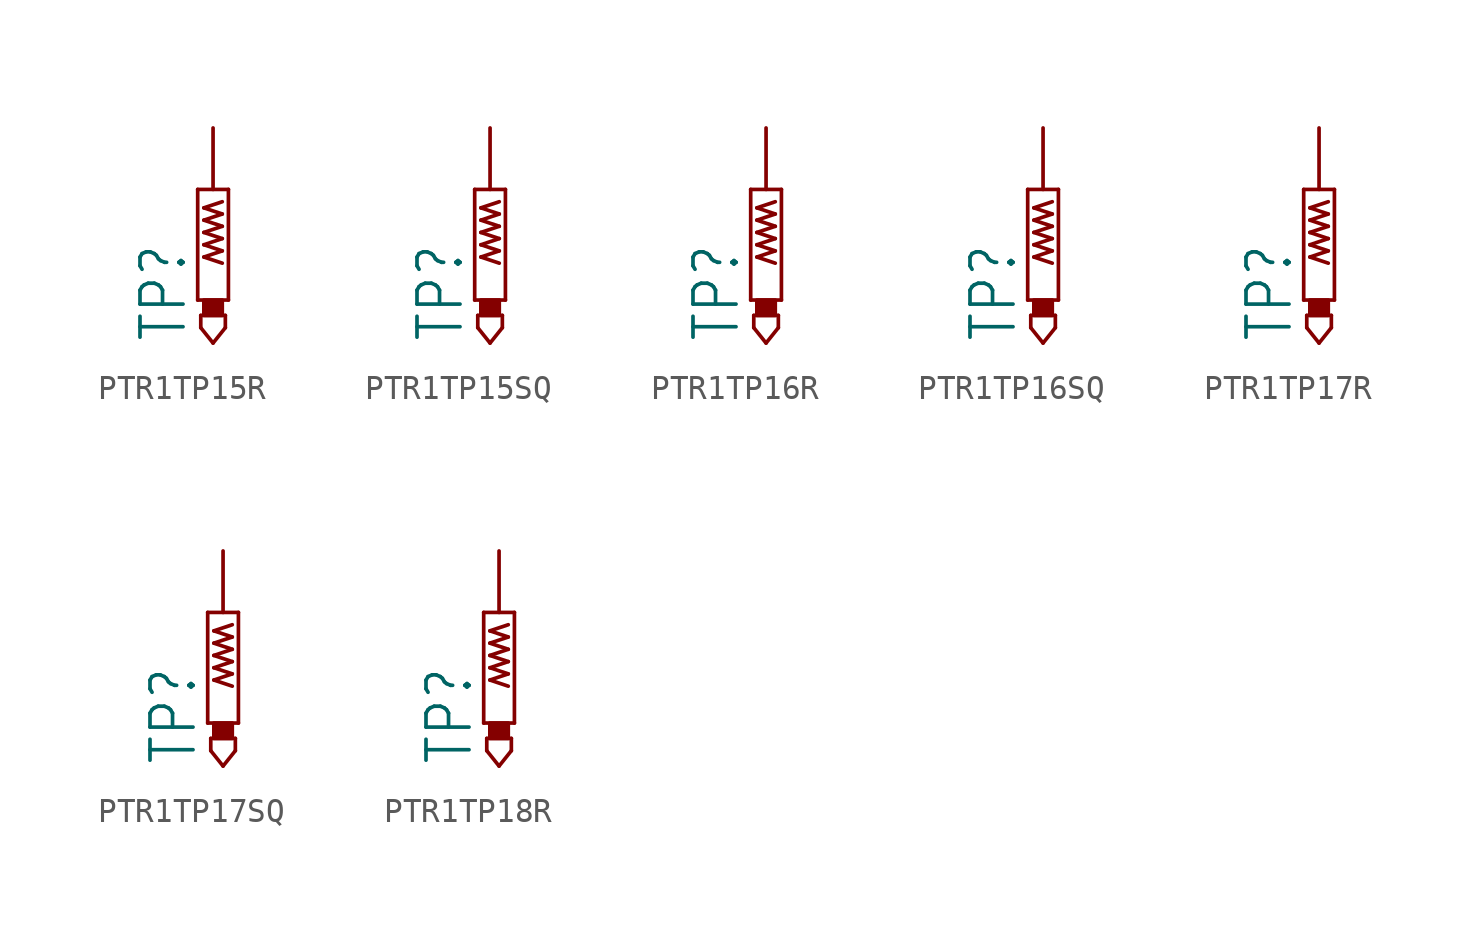
<source format=kicad_sym>
(kicad_symbol_lib
  (version 20231120)
  (generator "kicad_symbol_editor")
  (generator_version "8.0")
  (symbol "PTR1TP15R"
    (property "Reference" "TP"
      (at -1.016 -6.35 90)
      (effects (font (size 1.778 1.511)) (justify left bottom)))
    (property "ki_locked" ""
      (at 0 0 0)
      (effects (font (size 1.27 1.27))))
    (symbol "PTR1TP15R_1_0"
      (rectangle (start -0.381 -5.207) (end 0.381 -4.572) (stroke (width 0) (type default)) (fill (type outline)))
      (polyline (pts (xy -0.635 0) (xy -0.635 -4.572)) (stroke (width 0.152) (type solid)) (fill (type none)))
      (polyline (pts (xy -0.508 -5.715) (xy 0 -6.35)) (stroke (width 0.152) (type solid)) (fill (type none)))
      (polyline (pts (xy -0.508 -5.207) (xy -0.508 -5.715)) (stroke (width 0.152) (type solid)) (fill (type none)))
      (polyline (pts (xy -0.381 -2.794) (xy 0.381 -2.54)) (stroke (width 0.152) (type solid)) (fill (type none)))
      (polyline (pts (xy -0.381 -2.286) (xy 0.381 -2.032)) (stroke (width 0.152) (type solid)) (fill (type none)))
      (polyline (pts (xy -0.381 -1.778) (xy 0.381 -1.524)) (stroke (width 0.152) (type solid)) (fill (type none)))
      (polyline (pts (xy -0.381 -1.27) (xy 0.381 -1.016)) (stroke (width 0.152) (type solid)) (fill (type none)))
      (polyline (pts (xy -0.381 -0.762) (xy 0.381 -0.508)) (stroke (width 0.152) (type solid)) (fill (type none)))
      (polyline (pts (xy 0 -6.35) (xy 0.508 -5.715)) (stroke (width 0.152) (type solid)) (fill (type none)))
      (polyline (pts (xy 0.381 -3.048) (xy -0.381 -2.794)) (stroke (width 0.152) (type solid)) (fill (type none)))
      (polyline (pts (xy 0.381 -2.54) (xy -0.381 -2.286)) (stroke (width 0.152) (type solid)) (fill (type none)))
      (polyline (pts (xy 0.381 -2.032) (xy -0.381 -1.778)) (stroke (width 0.152) (type solid)) (fill (type none)))
      (polyline (pts (xy 0.381 -1.524) (xy -0.381 -1.27)) (stroke (width 0.152) (type solid)) (fill (type none)))
      (polyline (pts (xy 0.381 -1.016) (xy -0.381 -0.762)) (stroke (width 0.152) (type solid)) (fill (type none)))
      (polyline (pts (xy 0.508 -5.715) (xy 0.508 -5.207)) (stroke (width 0.152) (type solid)) (fill (type none)))
      (polyline (pts (xy 0.508 -5.207) (xy -0.508 -5.207)) (stroke (width 0.152) (type solid)) (fill (type none)))
      (polyline (pts (xy 0.635 -4.572) (xy -0.635 -4.572)) (stroke (width 0.152) (type solid)) (fill (type none)))
      (polyline (pts (xy 0.635 -4.572) (xy 0.635 0)) (stroke (width 0.152) (type solid)) (fill (type none)))
      (polyline (pts (xy 0.635 0) (xy -0.635 0)) (stroke (width 0.152) (type solid)) (fill (type none)))
      (pin input line (at 0 2.54 270) (length 2.54) (name "TP" (effects (font (size 0 0)))) (number "TP" (effects (font (size 0 0)))))))
  (symbol "PTR1TP15SQ"
    (property "Reference" "TP"
      (at -1.016 -6.35 90)
      (effects (font (size 1.778 1.511)) (justify left bottom)))
    (property "ki_locked" ""
      (at 0 0 0)
      (effects (font (size 1.27 1.27))))
    (symbol "PTR1TP15SQ_1_0"
      (rectangle (start -0.381 -5.207) (end 0.381 -4.572) (stroke (width 0) (type default)) (fill (type outline)))
      (polyline (pts (xy -0.635 0) (xy -0.635 -4.572)) (stroke (width 0.152) (type solid)) (fill (type none)))
      (polyline (pts (xy -0.508 -5.715) (xy 0 -6.35)) (stroke (width 0.152) (type solid)) (fill (type none)))
      (polyline (pts (xy -0.508 -5.207) (xy -0.508 -5.715)) (stroke (width 0.152) (type solid)) (fill (type none)))
      (polyline (pts (xy -0.381 -2.794) (xy 0.381 -2.54)) (stroke (width 0.152) (type solid)) (fill (type none)))
      (polyline (pts (xy -0.381 -2.286) (xy 0.381 -2.032)) (stroke (width 0.152) (type solid)) (fill (type none)))
      (polyline (pts (xy -0.381 -1.778) (xy 0.381 -1.524)) (stroke (width 0.152) (type solid)) (fill (type none)))
      (polyline (pts (xy -0.381 -1.27) (xy 0.381 -1.016)) (stroke (width 0.152) (type solid)) (fill (type none)))
      (polyline (pts (xy -0.381 -0.762) (xy 0.381 -0.508)) (stroke (width 0.152) (type solid)) (fill (type none)))
      (polyline (pts (xy 0 -6.35) (xy 0.508 -5.715)) (stroke (width 0.152) (type solid)) (fill (type none)))
      (polyline (pts (xy 0.381 -3.048) (xy -0.381 -2.794)) (stroke (width 0.152) (type solid)) (fill (type none)))
      (polyline (pts (xy 0.381 -2.54) (xy -0.381 -2.286)) (stroke (width 0.152) (type solid)) (fill (type none)))
      (polyline (pts (xy 0.381 -2.032) (xy -0.381 -1.778)) (stroke (width 0.152) (type solid)) (fill (type none)))
      (polyline (pts (xy 0.381 -1.524) (xy -0.381 -1.27)) (stroke (width 0.152) (type solid)) (fill (type none)))
      (polyline (pts (xy 0.381 -1.016) (xy -0.381 -0.762)) (stroke (width 0.152) (type solid)) (fill (type none)))
      (polyline (pts (xy 0.508 -5.715) (xy 0.508 -5.207)) (stroke (width 0.152) (type solid)) (fill (type none)))
      (polyline (pts (xy 0.508 -5.207) (xy -0.508 -5.207)) (stroke (width 0.152) (type solid)) (fill (type none)))
      (polyline (pts (xy 0.635 -4.572) (xy -0.635 -4.572)) (stroke (width 0.152) (type solid)) (fill (type none)))
      (polyline (pts (xy 0.635 -4.572) (xy 0.635 0)) (stroke (width 0.152) (type solid)) (fill (type none)))
      (polyline (pts (xy 0.635 0) (xy -0.635 0)) (stroke (width 0.152) (type solid)) (fill (type none)))
      (pin input line (at 0 2.54 270) (length 2.54) (name "TP" (effects (font (size 0 0)))) (number "TP" (effects (font (size 0 0)))))))
  (symbol "PTR1TP16R"
    (property "Reference" "TP"
      (at -1.016 -6.35 90)
      (effects (font (size 1.778 1.511)) (justify left bottom)))
    (property "ki_locked" ""
      (at 0 0 0)
      (effects (font (size 1.27 1.27))))
    (symbol "PTR1TP16R_1_0"
      (rectangle (start -0.381 -5.207) (end 0.381 -4.572) (stroke (width 0) (type default)) (fill (type outline)))
      (polyline (pts (xy -0.635 0) (xy -0.635 -4.572)) (stroke (width 0.152) (type solid)) (fill (type none)))
      (polyline (pts (xy -0.508 -5.715) (xy 0 -6.35)) (stroke (width 0.152) (type solid)) (fill (type none)))
      (polyline (pts (xy -0.508 -5.207) (xy -0.508 -5.715)) (stroke (width 0.152) (type solid)) (fill (type none)))
      (polyline (pts (xy -0.381 -2.794) (xy 0.381 -2.54)) (stroke (width 0.152) (type solid)) (fill (type none)))
      (polyline (pts (xy -0.381 -2.286) (xy 0.381 -2.032)) (stroke (width 0.152) (type solid)) (fill (type none)))
      (polyline (pts (xy -0.381 -1.778) (xy 0.381 -1.524)) (stroke (width 0.152) (type solid)) (fill (type none)))
      (polyline (pts (xy -0.381 -1.27) (xy 0.381 -1.016)) (stroke (width 0.152) (type solid)) (fill (type none)))
      (polyline (pts (xy -0.381 -0.762) (xy 0.381 -0.508)) (stroke (width 0.152) (type solid)) (fill (type none)))
      (polyline (pts (xy 0 -6.35) (xy 0.508 -5.715)) (stroke (width 0.152) (type solid)) (fill (type none)))
      (polyline (pts (xy 0.381 -3.048) (xy -0.381 -2.794)) (stroke (width 0.152) (type solid)) (fill (type none)))
      (polyline (pts (xy 0.381 -2.54) (xy -0.381 -2.286)) (stroke (width 0.152) (type solid)) (fill (type none)))
      (polyline (pts (xy 0.381 -2.032) (xy -0.381 -1.778)) (stroke (width 0.152) (type solid)) (fill (type none)))
      (polyline (pts (xy 0.381 -1.524) (xy -0.381 -1.27)) (stroke (width 0.152) (type solid)) (fill (type none)))
      (polyline (pts (xy 0.381 -1.016) (xy -0.381 -0.762)) (stroke (width 0.152) (type solid)) (fill (type none)))
      (polyline (pts (xy 0.508 -5.715) (xy 0.508 -5.207)) (stroke (width 0.152) (type solid)) (fill (type none)))
      (polyline (pts (xy 0.508 -5.207) (xy -0.508 -5.207)) (stroke (width 0.152) (type solid)) (fill (type none)))
      (polyline (pts (xy 0.635 -4.572) (xy -0.635 -4.572)) (stroke (width 0.152) (type solid)) (fill (type none)))
      (polyline (pts (xy 0.635 -4.572) (xy 0.635 0)) (stroke (width 0.152) (type solid)) (fill (type none)))
      (polyline (pts (xy 0.635 0) (xy -0.635 0)) (stroke (width 0.152) (type solid)) (fill (type none)))
      (pin input line (at 0 2.54 270) (length 2.54) (name "TP" (effects (font (size 0 0)))) (number "TP" (effects (font (size 0 0)))))))
  (symbol "PTR1TP16SQ"
    (property "Reference" "TP"
      (at -1.016 -6.35 90)
      (effects (font (size 1.778 1.511)) (justify left bottom)))
    (property "ki_locked" ""
      (at 0 0 0)
      (effects (font (size 1.27 1.27))))
    (symbol "PTR1TP16SQ_1_0"
      (rectangle (start -0.381 -5.207) (end 0.381 -4.572) (stroke (width 0) (type default)) (fill (type outline)))
      (polyline (pts (xy -0.635 0) (xy -0.635 -4.572)) (stroke (width 0.152) (type solid)) (fill (type none)))
      (polyline (pts (xy -0.508 -5.715) (xy 0 -6.35)) (stroke (width 0.152) (type solid)) (fill (type none)))
      (polyline (pts (xy -0.508 -5.207) (xy -0.508 -5.715)) (stroke (width 0.152) (type solid)) (fill (type none)))
      (polyline (pts (xy -0.381 -2.794) (xy 0.381 -2.54)) (stroke (width 0.152) (type solid)) (fill (type none)))
      (polyline (pts (xy -0.381 -2.286) (xy 0.381 -2.032)) (stroke (width 0.152) (type solid)) (fill (type none)))
      (polyline (pts (xy -0.381 -1.778) (xy 0.381 -1.524)) (stroke (width 0.152) (type solid)) (fill (type none)))
      (polyline (pts (xy -0.381 -1.27) (xy 0.381 -1.016)) (stroke (width 0.152) (type solid)) (fill (type none)))
      (polyline (pts (xy -0.381 -0.762) (xy 0.381 -0.508)) (stroke (width 0.152) (type solid)) (fill (type none)))
      (polyline (pts (xy 0 -6.35) (xy 0.508 -5.715)) (stroke (width 0.152) (type solid)) (fill (type none)))
      (polyline (pts (xy 0.381 -3.048) (xy -0.381 -2.794)) (stroke (width 0.152) (type solid)) (fill (type none)))
      (polyline (pts (xy 0.381 -2.54) (xy -0.381 -2.286)) (stroke (width 0.152) (type solid)) (fill (type none)))
      (polyline (pts (xy 0.381 -2.032) (xy -0.381 -1.778)) (stroke (width 0.152) (type solid)) (fill (type none)))
      (polyline (pts (xy 0.381 -1.524) (xy -0.381 -1.27)) (stroke (width 0.152) (type solid)) (fill (type none)))
      (polyline (pts (xy 0.381 -1.016) (xy -0.381 -0.762)) (stroke (width 0.152) (type solid)) (fill (type none)))
      (polyline (pts (xy 0.508 -5.715) (xy 0.508 -5.207)) (stroke (width 0.152) (type solid)) (fill (type none)))
      (polyline (pts (xy 0.508 -5.207) (xy -0.508 -5.207)) (stroke (width 0.152) (type solid)) (fill (type none)))
      (polyline (pts (xy 0.635 -4.572) (xy -0.635 -4.572)) (stroke (width 0.152) (type solid)) (fill (type none)))
      (polyline (pts (xy 0.635 -4.572) (xy 0.635 0)) (stroke (width 0.152) (type solid)) (fill (type none)))
      (polyline (pts (xy 0.635 0) (xy -0.635 0)) (stroke (width 0.152) (type solid)) (fill (type none)))
      (pin input line (at 0 2.54 270) (length 2.54) (name "TP" (effects (font (size 0 0)))) (number "TP" (effects (font (size 0 0)))))))
  (symbol "PTR1TP17R"
    (property "Reference" "TP"
      (at -1.016 -6.35 90)
      (effects (font (size 1.778 1.511)) (justify left bottom)))
    (property "ki_locked" ""
      (at 0 0 0)
      (effects (font (size 1.27 1.27))))
    (symbol "PTR1TP17R_1_0"
      (rectangle (start -0.381 -5.207) (end 0.381 -4.572) (stroke (width 0) (type default)) (fill (type outline)))
      (polyline (pts (xy -0.635 0) (xy -0.635 -4.572)) (stroke (width 0.152) (type solid)) (fill (type none)))
      (polyline (pts (xy -0.508 -5.715) (xy 0 -6.35)) (stroke (width 0.152) (type solid)) (fill (type none)))
      (polyline (pts (xy -0.508 -5.207) (xy -0.508 -5.715)) (stroke (width 0.152) (type solid)) (fill (type none)))
      (polyline (pts (xy -0.381 -2.794) (xy 0.381 -2.54)) (stroke (width 0.152) (type solid)) (fill (type none)))
      (polyline (pts (xy -0.381 -2.286) (xy 0.381 -2.032)) (stroke (width 0.152) (type solid)) (fill (type none)))
      (polyline (pts (xy -0.381 -1.778) (xy 0.381 -1.524)) (stroke (width 0.152) (type solid)) (fill (type none)))
      (polyline (pts (xy -0.381 -1.27) (xy 0.381 -1.016)) (stroke (width 0.152) (type solid)) (fill (type none)))
      (polyline (pts (xy -0.381 -0.762) (xy 0.381 -0.508)) (stroke (width 0.152) (type solid)) (fill (type none)))
      (polyline (pts (xy 0 -6.35) (xy 0.508 -5.715)) (stroke (width 0.152) (type solid)) (fill (type none)))
      (polyline (pts (xy 0.381 -3.048) (xy -0.381 -2.794)) (stroke (width 0.152) (type solid)) (fill (type none)))
      (polyline (pts (xy 0.381 -2.54) (xy -0.381 -2.286)) (stroke (width 0.152) (type solid)) (fill (type none)))
      (polyline (pts (xy 0.381 -2.032) (xy -0.381 -1.778)) (stroke (width 0.152) (type solid)) (fill (type none)))
      (polyline (pts (xy 0.381 -1.524) (xy -0.381 -1.27)) (stroke (width 0.152) (type solid)) (fill (type none)))
      (polyline (pts (xy 0.381 -1.016) (xy -0.381 -0.762)) (stroke (width 0.152) (type solid)) (fill (type none)))
      (polyline (pts (xy 0.508 -5.715) (xy 0.508 -5.207)) (stroke (width 0.152) (type solid)) (fill (type none)))
      (polyline (pts (xy 0.508 -5.207) (xy -0.508 -5.207)) (stroke (width 0.152) (type solid)) (fill (type none)))
      (polyline (pts (xy 0.635 -4.572) (xy -0.635 -4.572)) (stroke (width 0.152) (type solid)) (fill (type none)))
      (polyline (pts (xy 0.635 -4.572) (xy 0.635 0)) (stroke (width 0.152) (type solid)) (fill (type none)))
      (polyline (pts (xy 0.635 0) (xy -0.635 0)) (stroke (width 0.152) (type solid)) (fill (type none)))
      (pin input line (at 0 2.54 270) (length 2.54) (name "TP" (effects (font (size 0 0)))) (number "TP" (effects (font (size 0 0)))))))
  (symbol "PTR1TP17SQ"
    (property "Reference" "TP"
      (at -1.016 -6.35 90)
      (effects (font (size 1.778 1.511)) (justify left bottom)))
    (property "ki_locked" ""
      (at 0 0 0)
      (effects (font (size 1.27 1.27))))
    (symbol "PTR1TP17SQ_1_0"
      (rectangle (start -0.381 -5.207) (end 0.381 -4.572) (stroke (width 0) (type default)) (fill (type outline)))
      (polyline (pts (xy -0.635 0) (xy -0.635 -4.572)) (stroke (width 0.152) (type solid)) (fill (type none)))
      (polyline (pts (xy -0.508 -5.715) (xy 0 -6.35)) (stroke (width 0.152) (type solid)) (fill (type none)))
      (polyline (pts (xy -0.508 -5.207) (xy -0.508 -5.715)) (stroke (width 0.152) (type solid)) (fill (type none)))
      (polyline (pts (xy -0.381 -2.794) (xy 0.381 -2.54)) (stroke (width 0.152) (type solid)) (fill (type none)))
      (polyline (pts (xy -0.381 -2.286) (xy 0.381 -2.032)) (stroke (width 0.152) (type solid)) (fill (type none)))
      (polyline (pts (xy -0.381 -1.778) (xy 0.381 -1.524)) (stroke (width 0.152) (type solid)) (fill (type none)))
      (polyline (pts (xy -0.381 -1.27) (xy 0.381 -1.016)) (stroke (width 0.152) (type solid)) (fill (type none)))
      (polyline (pts (xy -0.381 -0.762) (xy 0.381 -0.508)) (stroke (width 0.152) (type solid)) (fill (type none)))
      (polyline (pts (xy 0 -6.35) (xy 0.508 -5.715)) (stroke (width 0.152) (type solid)) (fill (type none)))
      (polyline (pts (xy 0.381 -3.048) (xy -0.381 -2.794)) (stroke (width 0.152) (type solid)) (fill (type none)))
      (polyline (pts (xy 0.381 -2.54) (xy -0.381 -2.286)) (stroke (width 0.152) (type solid)) (fill (type none)))
      (polyline (pts (xy 0.381 -2.032) (xy -0.381 -1.778)) (stroke (width 0.152) (type solid)) (fill (type none)))
      (polyline (pts (xy 0.381 -1.524) (xy -0.381 -1.27)) (stroke (width 0.152) (type solid)) (fill (type none)))
      (polyline (pts (xy 0.381 -1.016) (xy -0.381 -0.762)) (stroke (width 0.152) (type solid)) (fill (type none)))
      (polyline (pts (xy 0.508 -5.715) (xy 0.508 -5.207)) (stroke (width 0.152) (type solid)) (fill (type none)))
      (polyline (pts (xy 0.508 -5.207) (xy -0.508 -5.207)) (stroke (width 0.152) (type solid)) (fill (type none)))
      (polyline (pts (xy 0.635 -4.572) (xy -0.635 -4.572)) (stroke (width 0.152) (type solid)) (fill (type none)))
      (polyline (pts (xy 0.635 -4.572) (xy 0.635 0)) (stroke (width 0.152) (type solid)) (fill (type none)))
      (polyline (pts (xy 0.635 0) (xy -0.635 0)) (stroke (width 0.152) (type solid)) (fill (type none)))
      (pin input line (at 0 2.54 270) (length 2.54) (name "TP" (effects (font (size 0 0)))) (number "TP" (effects (font (size 0 0)))))))
  (symbol "PTR1TP18R"
    (property "Reference" "TP"
      (at -1.016 -6.35 90)
      (effects (font (size 1.778 1.511)) (justify left bottom)))
    (property "ki_locked" ""
      (at 0 0 0)
      (effects (font (size 1.27 1.27))))
    (symbol "PTR1TP18R_1_0"
      (rectangle (start -0.381 -5.207) (end 0.381 -4.572) (stroke (width 0) (type default)) (fill (type outline)))
      (polyline (pts (xy -0.635 0) (xy -0.635 -4.572)) (stroke (width 0.152) (type solid)) (fill (type none)))
      (polyline (pts (xy -0.508 -5.715) (xy 0 -6.35)) (stroke (width 0.152) (type solid)) (fill (type none)))
      (polyline (pts (xy -0.508 -5.207) (xy -0.508 -5.715)) (stroke (width 0.152) (type solid)) (fill (type none)))
      (polyline (pts (xy -0.381 -2.794) (xy 0.381 -2.54)) (stroke (width 0.152) (type solid)) (fill (type none)))
      (polyline (pts (xy -0.381 -2.286) (xy 0.381 -2.032)) (stroke (width 0.152) (type solid)) (fill (type none)))
      (polyline (pts (xy -0.381 -1.778) (xy 0.381 -1.524)) (stroke (width 0.152) (type solid)) (fill (type none)))
      (polyline (pts (xy -0.381 -1.27) (xy 0.381 -1.016)) (stroke (width 0.152) (type solid)) (fill (type none)))
      (polyline (pts (xy -0.381 -0.762) (xy 0.381 -0.508)) (stroke (width 0.152) (type solid)) (fill (type none)))
      (polyline (pts (xy 0 -6.35) (xy 0.508 -5.715)) (stroke (width 0.152) (type solid)) (fill (type none)))
      (polyline (pts (xy 0.381 -3.048) (xy -0.381 -2.794)) (stroke (width 0.152) (type solid)) (fill (type none)))
      (polyline (pts (xy 0.381 -2.54) (xy -0.381 -2.286)) (stroke (width 0.152) (type solid)) (fill (type none)))
      (polyline (pts (xy 0.381 -2.032) (xy -0.381 -1.778)) (stroke (width 0.152) (type solid)) (fill (type none)))
      (polyline (pts (xy 0.381 -1.524) (xy -0.381 -1.27)) (stroke (width 0.152) (type solid)) (fill (type none)))
      (polyline (pts (xy 0.381 -1.016) (xy -0.381 -0.762)) (stroke (width 0.152) (type solid)) (fill (type none)))
      (polyline (pts (xy 0.508 -5.715) (xy 0.508 -5.207)) (stroke (width 0.152) (type solid)) (fill (type none)))
      (polyline (pts (xy 0.508 -5.207) (xy -0.508 -5.207)) (stroke (width 0.152) (type solid)) (fill (type none)))
      (polyline (pts (xy 0.635 -4.572) (xy -0.635 -4.572)) (stroke (width 0.152) (type solid)) (fill (type none)))
      (polyline (pts (xy 0.635 -4.572) (xy 0.635 0)) (stroke (width 0.152) (type solid)) (fill (type none)))
      (polyline (pts (xy 0.635 0) (xy -0.635 0)) (stroke (width 0.152) (type solid)) (fill (type none)))
      (pin input line (at 0 2.54 270) (length 2.54) (name "TP" (effects (font (size 0 0)))) (number "TP" (effects (font (size 0 0))))))))
</source>
